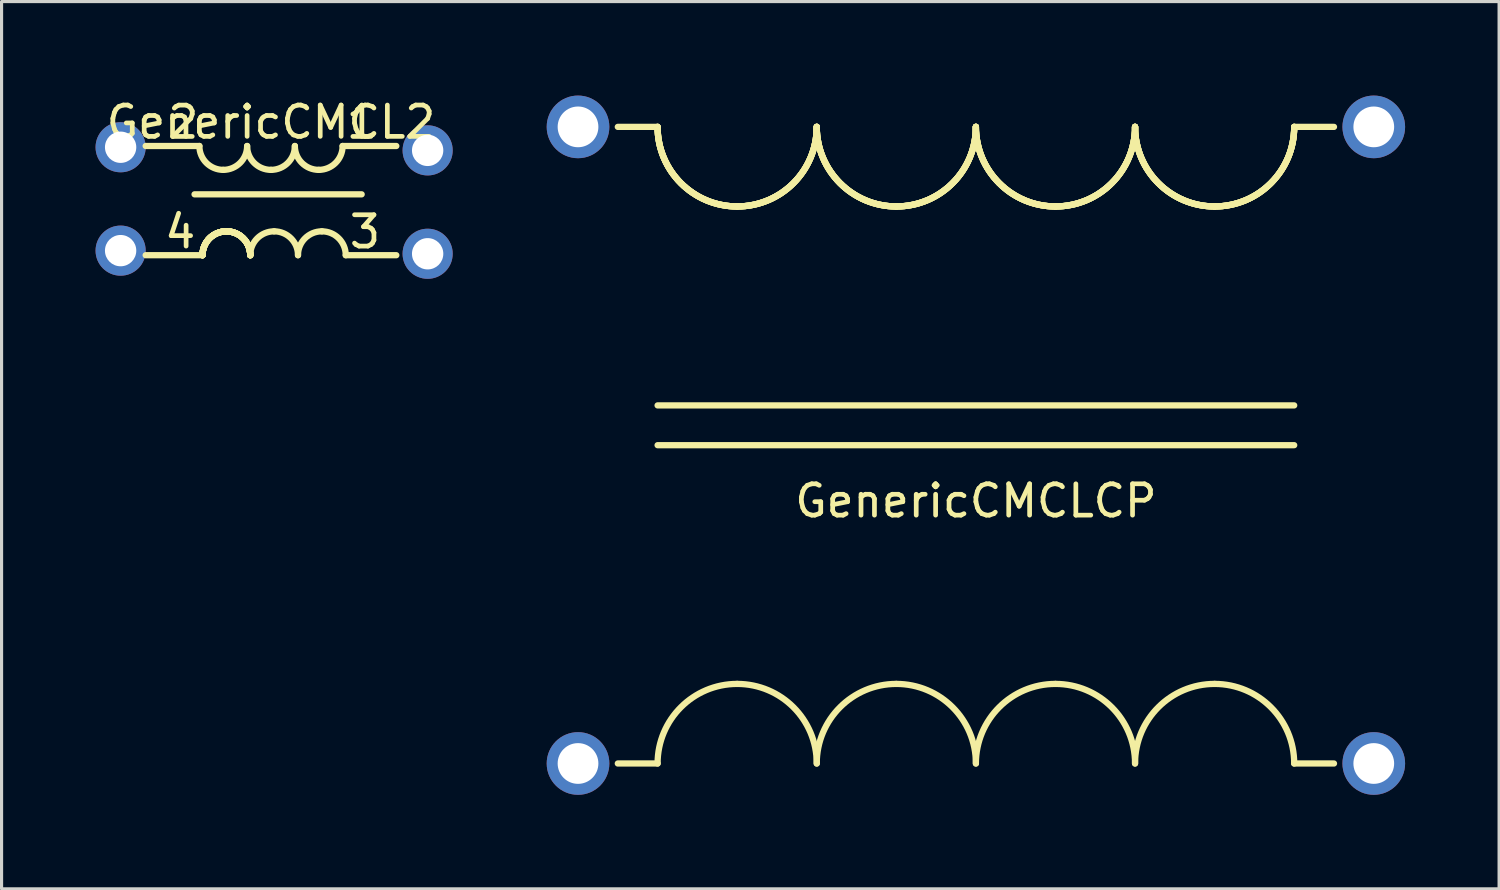
<source format=kicad_pcb>
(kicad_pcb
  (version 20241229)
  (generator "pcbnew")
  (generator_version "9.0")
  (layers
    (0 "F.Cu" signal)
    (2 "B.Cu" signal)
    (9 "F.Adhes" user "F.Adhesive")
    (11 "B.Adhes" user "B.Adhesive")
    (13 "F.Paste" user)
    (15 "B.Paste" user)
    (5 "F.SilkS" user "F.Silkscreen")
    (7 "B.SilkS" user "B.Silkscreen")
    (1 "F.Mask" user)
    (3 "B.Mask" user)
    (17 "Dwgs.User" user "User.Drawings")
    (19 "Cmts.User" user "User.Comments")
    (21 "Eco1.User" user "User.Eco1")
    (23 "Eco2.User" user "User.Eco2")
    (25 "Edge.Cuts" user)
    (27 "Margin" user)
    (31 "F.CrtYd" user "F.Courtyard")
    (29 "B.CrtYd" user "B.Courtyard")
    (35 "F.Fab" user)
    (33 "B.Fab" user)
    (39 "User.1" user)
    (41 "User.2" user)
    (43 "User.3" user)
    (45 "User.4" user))
  (footprint "GenericCMCLCP"
    (layer "F.Cu")
    (at 28.1 11.16)
    (property "Reference" "GenericCMCLCP" (at 0 1.778 0) (layer "F.SilkS") (effects (font (size 1 1) (thickness 0.15))))
    (attr through_hole)
    (fp_line (start -10.16 -10.16) (end -11.43 -10.16) (stroke (width 0.2) (type solid)) (layer "F.SilkS"))
    (fp_line (start -10.16 -1.27) (end 10.16 -1.27) (stroke (width 0.2) (type solid)) (layer "F.SilkS"))
    (fp_line (start -10.16 0) (end 10.16 0) (stroke (width 0.2) (type solid)) (layer "F.SilkS"))
    (fp_line (start -10.16 10.16) (end -11.43 10.16) (stroke (width 0.2) (type solid)) (layer "F.SilkS"))
    (fp_line (start 10.16 -10.16) (end 11.43 -10.16) (stroke (width 0.2) (type solid)) (layer "F.SilkS"))
    (fp_line (start 10.16 10.16) (end 11.43 10.16) (stroke (width 0.2) (type solid)) (layer "F.SilkS"))
    (fp_arc (start -10.16 10.16) (mid -9.416051 8.363949) (end -7.62 7.62) (stroke (width 0.2) (type solid)) (layer "F.SilkS"))
    (fp_arc (start -7.62 -7.62) (mid -9.416051 -8.363949) (end -10.16 -10.16) (stroke (width 0.2) (type solid)) (layer "F.SilkS"))
    (fp_arc (start -7.62 -7.62) (mid -9.416051 -8.363949) (end -10.16 -10.16) (stroke (width 0.2) (type solid)) (layer "F.SilkS"))
    (fp_arc (start -7.62 -7.62) (mid -9.416051 -8.363949) (end -10.16 -10.16) (stroke (width 0.2) (type solid)) (layer "F.SilkS"))
    (fp_arc (start -7.62 -7.62) (mid -9.416051 -8.363949) (end -10.16 -10.16) (stroke (width 0.2) (type solid)) (layer "F.SilkS"))
    (fp_arc (start -7.62 7.62) (mid -5.823949 8.363949) (end -5.08 10.16) (stroke (width 0.2) (type solid)) (layer "F.SilkS"))
    (fp_arc (start -5.08 -10.16) (mid -5.823949 -8.363949) (end -7.62 -7.62) (stroke (width 0.2) (type solid)) (layer "F.SilkS"))
    (fp_arc (start -5.08 -10.16) (mid -5.823949 -8.363949) (end -7.62 -7.62) (stroke (width 0.2) (type solid)) (layer "F.SilkS"))
    (fp_arc (start -5.08 -10.16) (mid -5.823949 -8.363949) (end -7.62 -7.62) (stroke (width 0.2) (type solid)) (layer "F.SilkS"))
    (fp_arc (start -5.08 -10.16) (mid -5.823949 -8.363949) (end -7.62 -7.62) (stroke (width 0.2) (type solid)) (layer "F.SilkS"))
    (fp_arc (start -5.08 10.16) (mid -4.336051 8.363949) (end -2.54 7.62) (stroke (width 0.2) (type solid)) (layer "F.SilkS"))
    (fp_arc (start -2.54 -7.62) (mid -4.336051 -8.363949) (end -5.08 -10.16) (stroke (width 0.2) (type solid)) (layer "F.SilkS"))
    (fp_arc (start -2.54 -7.62) (mid -4.336051 -8.363949) (end -5.08 -10.16) (stroke (width 0.2) (type solid)) (layer "F.SilkS"))
    (fp_arc (start -2.54 -7.62) (mid -4.336051 -8.363949) (end -5.08 -10.16) (stroke (width 0.2) (type solid)) (layer "F.SilkS"))
    (fp_arc (start -2.54 -7.62) (mid -4.336051 -8.363949) (end -5.08 -10.16) (stroke (width 0.2) (type solid)) (layer "F.SilkS"))
    (fp_arc (start -2.54 7.62) (mid -0.743949 8.363949) (end 0 10.16) (stroke (width 0.2) (type solid)) (layer "F.SilkS"))
    (fp_arc (start 0 -10.16) (mid -0.743949 -8.363949) (end -2.54 -7.62) (stroke (width 0.2) (type solid)) (layer "F.SilkS"))
    (fp_arc (start 0 -10.16) (mid -0.743949 -8.363949) (end -2.54 -7.62) (stroke (width 0.2) (type solid)) (layer "F.SilkS"))
    (fp_arc (start 0 -10.16) (mid -0.743949 -8.363949) (end -2.54 -7.62) (stroke (width 0.2) (type solid)) (layer "F.SilkS"))
    (fp_arc (start 0 -10.16) (mid -0.743949 -8.363949) (end -2.54 -7.62) (stroke (width 0.2) (type solid)) (layer "F.SilkS"))
    (fp_arc (start 0 10.16) (mid 0.743949 8.363949) (end 2.54 7.62) (stroke (width 0.2) (type solid)) (layer "F.SilkS"))
    (fp_arc (start 2.54 -7.62) (mid 0.743949 -8.363949) (end 0 -10.16) (stroke (width 0.2) (type solid)) (layer "F.SilkS"))
    (fp_arc (start 2.54 -7.62) (mid 0.743949 -8.363949) (end 0 -10.16) (stroke (width 0.2) (type solid)) (layer "F.SilkS"))
    (fp_arc (start 2.54 -7.62) (mid 0.743949 -8.363949) (end 0 -10.16) (stroke (width 0.2) (type solid)) (layer "F.SilkS"))
    (fp_arc (start 2.54 -7.62) (mid 0.743949 -8.363949) (end 0 -10.16) (stroke (width 0.2) (type solid)) (layer "F.SilkS"))
    (fp_arc (start 2.54 7.62) (mid 4.336051 8.363949) (end 5.08 10.16) (stroke (width 0.2) (type solid)) (layer "F.SilkS"))
    (fp_arc (start 5.08 -10.16) (mid 4.336051 -8.363949) (end 2.54 -7.62) (stroke (width 0.2) (type solid)) (layer "F.SilkS"))
    (fp_arc (start 5.08 -10.16) (mid 4.336051 -8.363949) (end 2.54 -7.62) (stroke (width 0.2) (type solid)) (layer "F.SilkS"))
    (fp_arc (start 5.08 -10.16) (mid 4.336051 -8.363949) (end 2.54 -7.62) (stroke (width 0.2) (type solid)) (layer "F.SilkS"))
    (fp_arc (start 5.08 -10.16) (mid 4.336051 -8.363949) (end 2.54 -7.62) (stroke (width 0.2) (type solid)) (layer "F.SilkS"))
    (fp_arc (start 5.08 10.16) (mid 5.823949 8.363949) (end 7.62 7.62) (stroke (width 0.2) (type solid)) (layer "F.SilkS"))
    (fp_arc (start 7.62 -7.62) (mid 5.823949 -8.363949) (end 5.08 -10.16) (stroke (width 0.2) (type solid)) (layer "F.SilkS"))
    (fp_arc (start 7.62 -7.62) (mid 5.823949 -8.363949) (end 5.08 -10.16) (stroke (width 0.2) (type solid)) (layer "F.SilkS"))
    (fp_arc (start 7.62 -7.62) (mid 5.823949 -8.363949) (end 5.08 -10.16) (stroke (width 0.2) (type solid)) (layer "F.SilkS"))
    (fp_arc (start 7.62 -7.62) (mid 5.823949 -8.363949) (end 5.08 -10.16) (stroke (width 0.2) (type solid)) (layer "F.SilkS"))
    (fp_arc (start 7.62 7.62) (mid 9.416051 8.363949) (end 10.16 10.16) (stroke (width 0.2) (type solid)) (layer "F.SilkS"))
    (fp_arc (start 10.16 -10.16) (mid 9.416051 -8.363949) (end 7.62 -7.62) (stroke (width 0.2) (type solid)) (layer "F.SilkS"))
    (fp_arc (start 10.16 -10.16) (mid 9.416051 -8.363949) (end 7.62 -7.62) (stroke (width 0.2) (type solid)) (layer "F.SilkS"))
    (fp_arc (start 10.16 -10.16) (mid 9.416051 -8.363949) (end 7.62 -7.62) (stroke (width 0.2) (type solid)) (layer "F.SilkS"))
    (fp_arc (start 10.16 -10.16) (mid 9.416051 -8.363949) (end 7.62 -7.62) (stroke (width 0.2) (type solid)) (layer "F.SilkS"))
    (pad "1" thru_hole circle (at 12.7 -10.16) (size 2 2) (drill 1.3) (layers "*.Cu" "*.Mask"))
    (pad "2" thru_hole circle (at -12.7 -10.16) (size 2 2) (drill 1.3) (layers "*.Cu" "*.Mask"))
    (pad "3" thru_hole circle (at 12.7 10.16) (size 2 2) (drill 1.3) (layers "*.Cu" "*.Mask"))
    (pad "4" thru_hole circle (at -12.7 10.16) (size 2 2) (drill 1.3) (layers "*.Cu" "*.Mask")))
  (footprint "GenericCMCL2"
    (layer "F.Cu")
    (at 5.6 4.15)
    (property "Reference" "GenericCMCL2" (at 0 -3.302 0) (layer "F.SilkS") (effects (font (size 1 1) (thickness 0.15))))
    (attr through_hole)
    (fp_line (start -4 -2.54) (end -2.286 -2.54) (stroke (width 0.2) (type solid)) (layer "F.SilkS"))
    (fp_line (start -2.44 -0.997) (end 2.894 -0.997) (stroke (width 0.2) (type solid)) (layer "F.SilkS"))
    (fp_line (start -2.186 0.946) (end -4 0.946) (stroke (width 0.2) (type solid)) (layer "F.SilkS"))
    (fp_line (start 4 -2.54) (end 2.286 -2.54) (stroke (width 0.2) (type solid)) (layer "F.SilkS"))
    (fp_line (start 4 0.946) (end 2.386 0.946) (stroke (width 0.2) (type solid)) (layer "F.SilkS"))
    (fp_arc (start -2.186 0.946) (mid -1.962815 0.407185) (end -1.424 0.184) (stroke (width 0.2) (type solid)) (layer "F.SilkS"))
    (fp_arc (start -2.186 0.946) (mid -1.962815 0.407185) (end -1.424 0.184) (stroke (width 0.2) (type solid)) (layer "F.SilkS"))
    (fp_arc (start -2.186 0.946) (mid -1.962815 0.407185) (end -1.424 0.184) (stroke (width 0.2) (type solid)) (layer "F.SilkS"))
    (fp_arc (start -2.186 0.946) (mid -1.962815 0.407185) (end -1.424 0.184) (stroke (width 0.2) (type solid)) (layer "F.SilkS"))
    (fp_arc (start -2.186 0.946) (mid -1.962815 0.407185) (end -1.424 0.184) (stroke (width 0.2) (type solid)) (layer "F.SilkS"))
    (fp_arc (start -2.186 0.946) (mid -1.962815 0.407185) (end -1.424 0.184) (stroke (width 0.2) (type solid)) (layer "F.SilkS"))
    (fp_arc (start -2.186 0.946) (mid -1.962815 0.407185) (end -1.424 0.184) (stroke (width 0.2) (type solid)) (layer "F.SilkS"))
    (fp_arc (start -2.186 0.946) (mid -1.962815 0.407185) (end -1.424 0.184) (stroke (width 0.2) (type solid)) (layer "F.SilkS"))
    (fp_arc (start -1.524 -1.778) (mid -2.062815 -2.001185) (end -2.286 -2.54) (stroke (width 0.2) (type solid)) (layer "F.SilkS"))
    (fp_arc (start -1.424 0.184) (mid -0.885185 0.407185) (end -0.662 0.946) (stroke (width 0.2) (type solid)) (layer "F.SilkS"))
    (fp_arc (start -1.424 0.184) (mid -0.885185 0.407185) (end -0.662 0.946) (stroke (width 0.2) (type solid)) (layer "F.SilkS"))
    (fp_arc (start -1.424 0.184) (mid -0.885185 0.407185) (end -0.662 0.946) (stroke (width 0.2) (type solid)) (layer "F.SilkS"))
    (fp_arc (start -1.424 0.184) (mid -0.885185 0.407185) (end -0.662 0.946) (stroke (width 0.2) (type solid)) (layer "F.SilkS"))
    (fp_arc (start -1.424 0.184) (mid -0.885185 0.407185) (end -0.662 0.946) (stroke (width 0.2) (type solid)) (layer "F.SilkS"))
    (fp_arc (start -1.424 0.184) (mid -0.885185 0.407185) (end -0.662 0.946) (stroke (width 0.2) (type solid)) (layer "F.SilkS"))
    (fp_arc (start -1.424 0.184) (mid -0.885185 0.407185) (end -0.662 0.946) (stroke (width 0.2) (type solid)) (layer "F.SilkS"))
    (fp_arc (start -1.424 0.184) (mid -0.885185 0.407185) (end -0.662 0.946) (stroke (width 0.2) (type solid)) (layer "F.SilkS"))
    (fp_arc (start -0.762 -2.54) (mid -0.985185 -2.001185) (end -1.524 -1.778) (stroke (width 0.2) (type solid)) (layer "F.SilkS"))
    (fp_arc (start -0.662 0.946) (mid -0.438815 0.407185) (end 0.1 0.184) (stroke (width 0.2) (type solid)) (layer "F.SilkS"))
    (fp_arc (start 0 -1.778) (mid -0.538815 -2.001185) (end -0.762 -2.54) (stroke (width 0.2) (type solid)) (layer "F.SilkS"))
    (fp_arc (start 0.1 0.184) (mid 0.638815 0.407185) (end 0.862 0.946) (stroke (width 0.2) (type solid)) (layer "F.SilkS"))
    (fp_arc (start 0.762 -2.54) (mid 0.538815 -2.001185) (end 0 -1.778) (stroke (width 0.2) (type solid)) (layer "F.SilkS"))
    (fp_arc (start 0.862 0.946) (mid 1.085185 0.407185) (end 1.624 0.184) (stroke (width 0.2) (type solid)) (layer "F.SilkS"))
    (fp_arc (start 1.524 -1.778) (mid 0.985185 -2.001185) (end 0.762 -2.54) (stroke (width 0.2) (type solid)) (layer "F.SilkS"))
    (fp_arc (start 1.624 0.184) (mid 2.162815 0.407185) (end 2.386 0.946) (stroke (width 0.2) (type solid)) (layer "F.SilkS"))
    (fp_arc (start 2.286 -2.54) (mid 2.062815 -2.001185) (end 1.524 -1.778) (stroke (width 0.2) (type solid)) (layer "F.SilkS"))
    (fp_text user "4" (at -2.9 0.2 0) (layer "F.SilkS") (effects (font (size 1 1) (thickness 0.15))))
    (fp_text user "2" (at -2.8 -3.3 0) (layer "F.SilkS") (effects (font (size 1 1) (thickness 0.15))))
    (fp_text user "1" (at 2.9 -3.3 0) (layer "F.SilkS") (effects (font (size 1 1) (thickness 0.15))))
    (fp_text user "3" (at 3 0.2 0) (layer "F.SilkS") (effects (font (size 1 1) (thickness 0.15))))
    (pad "1" thru_hole circle (at 5 -2.4) (size 1.6 1.6) (drill 1) (layers "*.Cu" "*.Mask"))
    (pad "2" thru_hole circle (at -4.8 -2.5) (size 1.6 1.6) (drill 1) (layers "*.Cu" "*.Mask"))
    (pad "3" thru_hole circle (at 5 0.9) (size 1.6 1.6) (drill 1) (layers "*.Cu" "*.Mask"))
    (pad "4" thru_hole circle (at -4.8 0.8) (size 1.6 1.6) (drill 1) (layers "*.Cu" "*.Mask")))
  (gr_rect
    (start -3 -3)
    (end 44.8 25.32)
    (stroke (width 0.1) (type default))
    (fill no)
    (layer "Edge.Cuts")))
</source>
